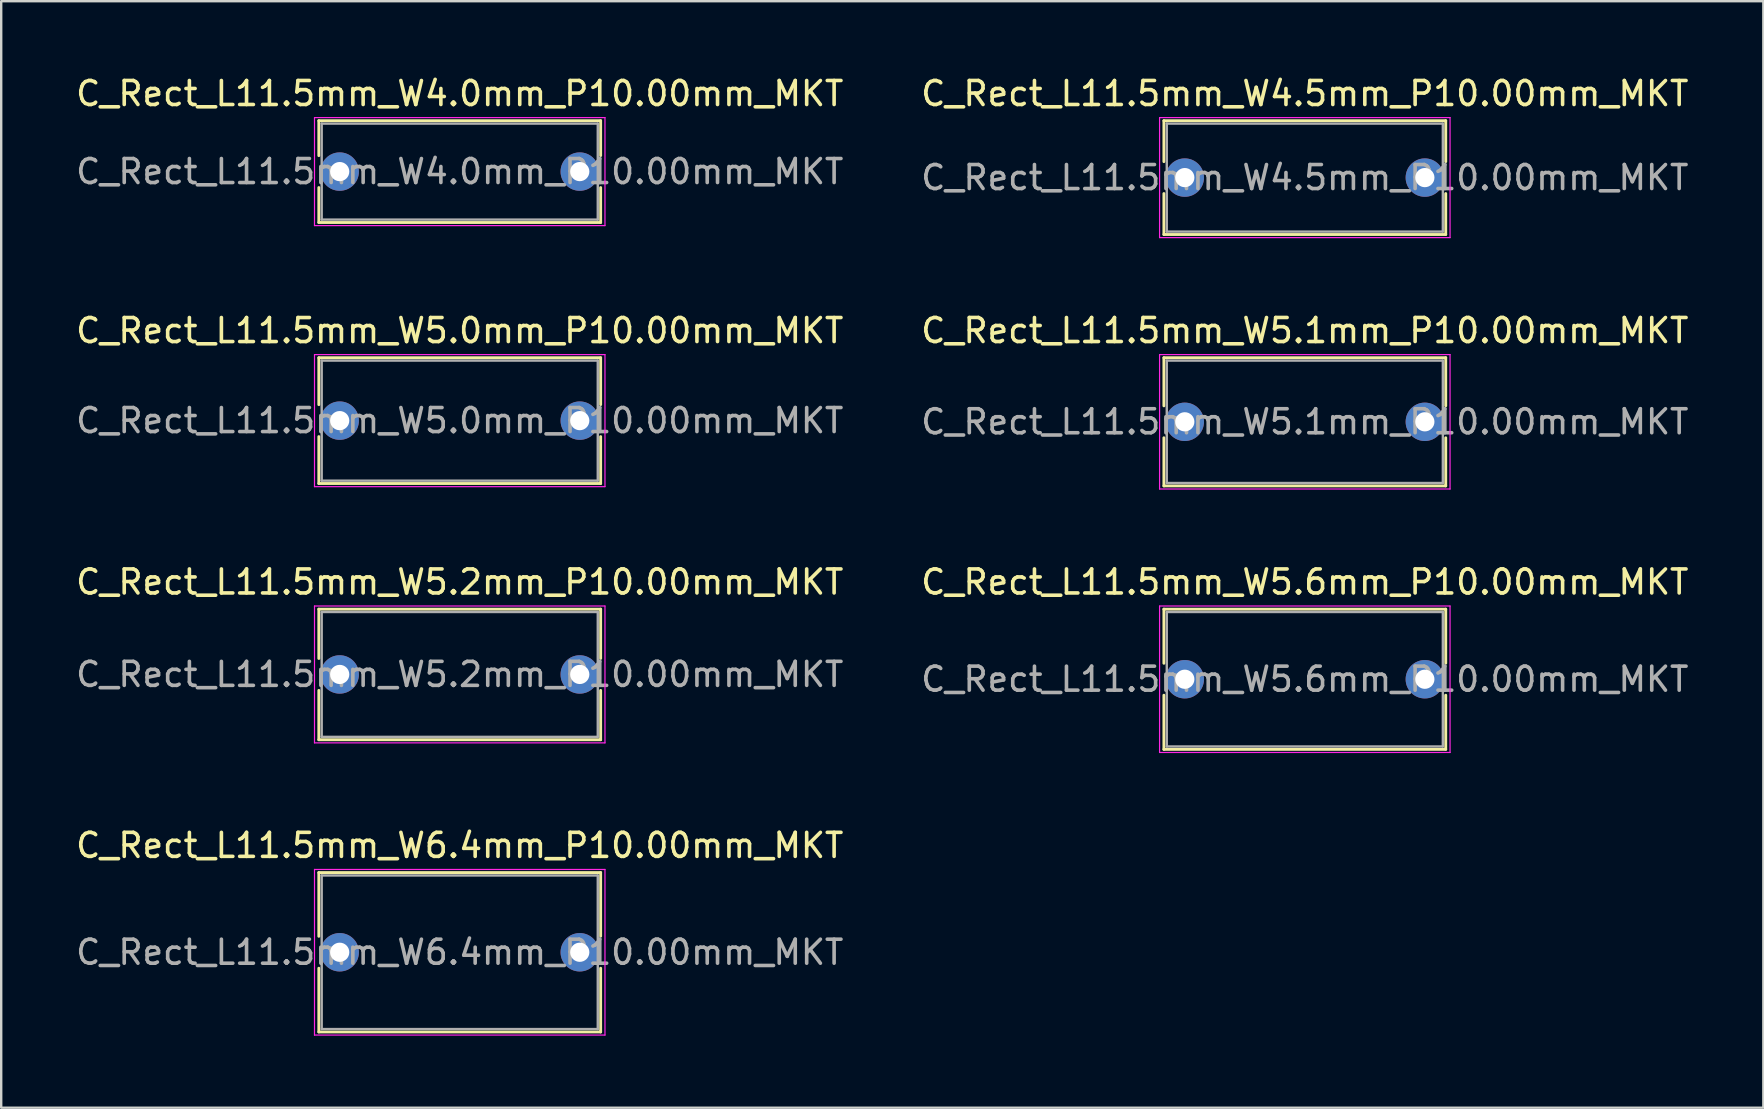
<source format=kicad_pcb>
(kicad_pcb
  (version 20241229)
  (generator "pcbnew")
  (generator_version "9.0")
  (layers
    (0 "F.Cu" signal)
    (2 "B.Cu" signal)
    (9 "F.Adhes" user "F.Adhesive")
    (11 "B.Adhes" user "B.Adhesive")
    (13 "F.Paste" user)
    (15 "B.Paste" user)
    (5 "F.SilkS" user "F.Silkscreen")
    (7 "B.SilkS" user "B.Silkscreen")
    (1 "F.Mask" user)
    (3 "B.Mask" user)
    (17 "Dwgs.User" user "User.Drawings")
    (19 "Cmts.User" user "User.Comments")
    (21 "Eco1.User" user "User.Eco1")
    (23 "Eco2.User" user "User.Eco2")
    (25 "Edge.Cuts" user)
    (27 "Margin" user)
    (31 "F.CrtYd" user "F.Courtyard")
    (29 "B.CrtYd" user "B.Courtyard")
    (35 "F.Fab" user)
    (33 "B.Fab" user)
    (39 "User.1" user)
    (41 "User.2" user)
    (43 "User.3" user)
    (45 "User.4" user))
  (footprint "C_Rect_L11.5mm_W5.1mm_P10.00mm_MKT"
    (layer "F.Cu")
    (at 46.304 14.521)
    (property "Reference" "C_Rect_L11.5mm_W5.1mm_P10.00mm_MKT" (at 5 -3.8 0) (layer "F.SilkS") (effects (font (size 1 1) (thickness 0.15))))
    (attr through_hole)
    (fp_line (start -0.87 -2.67) (end -0.87 -0.665) (stroke (width 0.12) (type solid)) (layer "F.SilkS"))
    (fp_line (start -0.87 -2.67) (end 10.87 -2.67) (stroke (width 0.12) (type solid)) (layer "F.SilkS"))
    (fp_line (start -0.87 0.665) (end -0.87 2.67) (stroke (width 0.12) (type solid)) (layer "F.SilkS"))
    (fp_line (start -0.87 2.67) (end 10.87 2.67) (stroke (width 0.12) (type solid)) (layer "F.SilkS"))
    (fp_line (start 10.87 -2.67) (end 10.87 -0.665) (stroke (width 0.12) (type solid)) (layer "F.SilkS"))
    (fp_line (start 10.87 0.665) (end 10.87 2.67) (stroke (width 0.12) (type solid)) (layer "F.SilkS"))
    (fp_line (start -1.05 -2.8) (end -1.05 2.8) (stroke (width 0.05) (type solid)) (layer "F.CrtYd"))
    (fp_line (start -1.05 2.8) (end 11.05 2.8) (stroke (width 0.05) (type solid)) (layer "F.CrtYd"))
    (fp_line (start 11.05 -2.8) (end -1.05 -2.8) (stroke (width 0.05) (type solid)) (layer "F.CrtYd"))
    (fp_line (start 11.05 2.8) (end 11.05 -2.8) (stroke (width 0.05) (type solid)) (layer "F.CrtYd"))
    (fp_line (start -0.75 -2.55) (end -0.75 2.55) (stroke (width 0.1) (type solid)) (layer "F.Fab"))
    (fp_line (start -0.75 2.55) (end 10.75 2.55) (stroke (width 0.1) (type solid)) (layer "F.Fab"))
    (fp_line (start 10.75 -2.55) (end -0.75 -2.55) (stroke (width 0.1) (type solid)) (layer "F.Fab"))
    (fp_line (start 10.75 2.55) (end 10.75 -2.55) (stroke (width 0.1) (type solid)) (layer "F.Fab"))
    (fp_text user "${REFERENCE}" (at 5 0 0) (layer "F.Fab") (effects (font (size 1 1) (thickness 0.15))))
    (pad "1" thru_hole circle (at 0 0) (size 1.6 1.6) (drill 0.8) (layers "*.Cu" "*.Mask"))
    (pad "2" thru_hole circle (at 10 0) (size 1.6 1.6) (drill 0.8) (layers "*.Cu" "*.Mask")))
  (footprint "C_Rect_L11.5mm_W6.4mm_P10.00mm_MKT"
    (layer "F.Cu")
    (at 11.101 36.618)
    (property "Reference" "C_Rect_L11.5mm_W6.4mm_P10.00mm_MKT" (at 5 -4.45 0) (layer "F.SilkS") (effects (font (size 1 1) (thickness 0.15))))
    (attr through_hole)
    (fp_line (start -0.87 -3.32) (end -0.87 -0.665) (stroke (width 0.12) (type solid)) (layer "F.SilkS"))
    (fp_line (start -0.87 -3.32) (end 10.87 -3.32) (stroke (width 0.12) (type solid)) (layer "F.SilkS"))
    (fp_line (start -0.87 0.665) (end -0.87 3.32) (stroke (width 0.12) (type solid)) (layer "F.SilkS"))
    (fp_line (start -0.87 3.32) (end 10.87 3.32) (stroke (width 0.12) (type solid)) (layer "F.SilkS"))
    (fp_line (start 10.87 -3.32) (end 10.87 -0.665) (stroke (width 0.12) (type solid)) (layer "F.SilkS"))
    (fp_line (start 10.87 0.665) (end 10.87 3.32) (stroke (width 0.12) (type solid)) (layer "F.SilkS"))
    (fp_line (start -1.05 -3.45) (end -1.05 3.45) (stroke (width 0.05) (type solid)) (layer "F.CrtYd"))
    (fp_line (start -1.05 3.45) (end 11.05 3.45) (stroke (width 0.05) (type solid)) (layer "F.CrtYd"))
    (fp_line (start 11.05 -3.45) (end -1.05 -3.45) (stroke (width 0.05) (type solid)) (layer "F.CrtYd"))
    (fp_line (start 11.05 3.45) (end 11.05 -3.45) (stroke (width 0.05) (type solid)) (layer "F.CrtYd"))
    (fp_line (start -0.75 -3.2) (end -0.75 3.2) (stroke (width 0.1) (type solid)) (layer "F.Fab"))
    (fp_line (start -0.75 3.2) (end 10.75 3.2) (stroke (width 0.1) (type solid)) (layer "F.Fab"))
    (fp_line (start 10.75 -3.2) (end -0.75 -3.2) (stroke (width 0.1) (type solid)) (layer "F.Fab"))
    (fp_line (start 10.75 3.2) (end 10.75 -3.2) (stroke (width 0.1) (type solid)) (layer "F.Fab"))
    (fp_text user "${REFERENCE}" (at 5 0 0) (layer "F.Fab") (effects (font (size 1 1) (thickness 0.15))))
    (pad "1" thru_hole circle (at 0 0) (size 1.6 1.6) (drill 0.8) (layers "*.Cu" "*.Mask"))
    (pad "2" thru_hole circle (at 10 0) (size 1.6 1.6) (drill 0.8) (layers "*.Cu" "*.Mask")))
  (footprint "C_Rect_L11.5mm_W5.6mm_P10.00mm_MKT"
    (layer "F.Cu")
    (at 46.304 25.245)
    (property "Reference" "C_Rect_L11.5mm_W5.6mm_P10.00mm_MKT" (at 5 -4.05 0) (layer "F.SilkS") (effects (font (size 1 1) (thickness 0.15))))
    (attr through_hole)
    (fp_line (start -0.87 -2.92) (end -0.87 -0.665) (stroke (width 0.12) (type solid)) (layer "F.SilkS"))
    (fp_line (start -0.87 -2.92) (end 10.87 -2.92) (stroke (width 0.12) (type solid)) (layer "F.SilkS"))
    (fp_line (start -0.87 0.665) (end -0.87 2.92) (stroke (width 0.12) (type solid)) (layer "F.SilkS"))
    (fp_line (start -0.87 2.92) (end 10.87 2.92) (stroke (width 0.12) (type solid)) (layer "F.SilkS"))
    (fp_line (start 10.87 -2.92) (end 10.87 -0.665) (stroke (width 0.12) (type solid)) (layer "F.SilkS"))
    (fp_line (start 10.87 0.665) (end 10.87 2.92) (stroke (width 0.12) (type solid)) (layer "F.SilkS"))
    (fp_line (start -1.05 -3.05) (end -1.05 3.05) (stroke (width 0.05) (type solid)) (layer "F.CrtYd"))
    (fp_line (start -1.05 3.05) (end 11.05 3.05) (stroke (width 0.05) (type solid)) (layer "F.CrtYd"))
    (fp_line (start 11.05 -3.05) (end -1.05 -3.05) (stroke (width 0.05) (type solid)) (layer "F.CrtYd"))
    (fp_line (start 11.05 3.05) (end 11.05 -3.05) (stroke (width 0.05) (type solid)) (layer "F.CrtYd"))
    (fp_line (start -0.75 -2.8) (end -0.75 2.8) (stroke (width 0.1) (type solid)) (layer "F.Fab"))
    (fp_line (start -0.75 2.8) (end 10.75 2.8) (stroke (width 0.1) (type solid)) (layer "F.Fab"))
    (fp_line (start 10.75 -2.8) (end -0.75 -2.8) (stroke (width 0.1) (type solid)) (layer "F.Fab"))
    (fp_line (start 10.75 2.8) (end 10.75 -2.8) (stroke (width 0.1) (type solid)) (layer "F.Fab"))
    (fp_text user "${REFERENCE}" (at 5 0 0) (layer "F.Fab") (effects (font (size 1 1) (thickness 0.15))))
    (pad "1" thru_hole circle (at 0 0) (size 1.6 1.6) (drill 0.8) (layers "*.Cu" "*.Mask"))
    (pad "2" thru_hole circle (at 10 0) (size 1.6 1.6) (drill 0.8) (layers "*.Cu" "*.Mask")))
  (footprint "C_Rect_L11.5mm_W4.0mm_P10.00mm_MKT"
    (layer "F.Cu")
    (at 11.101 4.098)
    (property "Reference" "C_Rect_L11.5mm_W4.0mm_P10.00mm_MKT" (at 5 -3.25 0) (layer "F.SilkS") (effects (font (size 1 1) (thickness 0.15))))
    (attr through_hole)
    (fp_line (start -0.87 -2.12) (end -0.87 -0.665) (stroke (width 0.12) (type solid)) (layer "F.SilkS"))
    (fp_line (start -0.87 -2.12) (end 10.87 -2.12) (stroke (width 0.12) (type solid)) (layer "F.SilkS"))
    (fp_line (start -0.87 0.665) (end -0.87 2.12) (stroke (width 0.12) (type solid)) (layer "F.SilkS"))
    (fp_line (start -0.87 2.12) (end 10.87 2.12) (stroke (width 0.12) (type solid)) (layer "F.SilkS"))
    (fp_line (start 10.87 -2.12) (end 10.87 -0.665) (stroke (width 0.12) (type solid)) (layer "F.SilkS"))
    (fp_line (start 10.87 0.665) (end 10.87 2.12) (stroke (width 0.12) (type solid)) (layer "F.SilkS"))
    (fp_line (start -1.05 -2.25) (end -1.05 2.25) (stroke (width 0.05) (type solid)) (layer "F.CrtYd"))
    (fp_line (start -1.05 2.25) (end 11.05 2.25) (stroke (width 0.05) (type solid)) (layer "F.CrtYd"))
    (fp_line (start 11.05 -2.25) (end -1.05 -2.25) (stroke (width 0.05) (type solid)) (layer "F.CrtYd"))
    (fp_line (start 11.05 2.25) (end 11.05 -2.25) (stroke (width 0.05) (type solid)) (layer "F.CrtYd"))
    (fp_line (start -0.75 -2) (end -0.75 2) (stroke (width 0.1) (type solid)) (layer "F.Fab"))
    (fp_line (start -0.75 2) (end 10.75 2) (stroke (width 0.1) (type solid)) (layer "F.Fab"))
    (fp_line (start 10.75 -2) (end -0.75 -2) (stroke (width 0.1) (type solid)) (layer "F.Fab"))
    (fp_line (start 10.75 2) (end 10.75 -2) (stroke (width 0.1) (type solid)) (layer "F.Fab"))
    (fp_text user "${REFERENCE}" (at 5 0 0) (layer "F.Fab") (effects (font (size 1 1) (thickness 0.15))))
    (pad "1" thru_hole circle (at 0 0) (size 1.6 1.6) (drill 0.8) (layers "*.Cu" "*.Mask"))
    (pad "2" thru_hole circle (at 10 0) (size 1.6 1.6) (drill 0.8) (layers "*.Cu" "*.Mask")))
  (footprint "C_Rect_L11.5mm_W4.5mm_P10.00mm_MKT"
    (layer "F.Cu")
    (at 46.304 4.348)
    (property "Reference" "C_Rect_L11.5mm_W4.5mm_P10.00mm_MKT" (at 5 -3.5 0) (layer "F.SilkS") (effects (font (size 1 1) (thickness 0.15))))
    (attr through_hole)
    (fp_line (start -0.87 -2.37) (end -0.87 -0.665) (stroke (width 0.12) (type solid)) (layer "F.SilkS"))
    (fp_line (start -0.87 -2.37) (end 10.87 -2.37) (stroke (width 0.12) (type solid)) (layer "F.SilkS"))
    (fp_line (start -0.87 0.665) (end -0.87 2.37) (stroke (width 0.12) (type solid)) (layer "F.SilkS"))
    (fp_line (start -0.87 2.37) (end 10.87 2.37) (stroke (width 0.12) (type solid)) (layer "F.SilkS"))
    (fp_line (start 10.87 -2.37) (end 10.87 -0.665) (stroke (width 0.12) (type solid)) (layer "F.SilkS"))
    (fp_line (start 10.87 0.665) (end 10.87 2.37) (stroke (width 0.12) (type solid)) (layer "F.SilkS"))
    (fp_line (start -1.05 -2.5) (end -1.05 2.5) (stroke (width 0.05) (type solid)) (layer "F.CrtYd"))
    (fp_line (start -1.05 2.5) (end 11.05 2.5) (stroke (width 0.05) (type solid)) (layer "F.CrtYd"))
    (fp_line (start 11.05 -2.5) (end -1.05 -2.5) (stroke (width 0.05) (type solid)) (layer "F.CrtYd"))
    (fp_line (start 11.05 2.5) (end 11.05 -2.5) (stroke (width 0.05) (type solid)) (layer "F.CrtYd"))
    (fp_line (start -0.75 -2.25) (end -0.75 2.25) (stroke (width 0.1) (type solid)) (layer "F.Fab"))
    (fp_line (start -0.75 2.25) (end 10.75 2.25) (stroke (width 0.1) (type solid)) (layer "F.Fab"))
    (fp_line (start 10.75 -2.25) (end -0.75 -2.25) (stroke (width 0.1) (type solid)) (layer "F.Fab"))
    (fp_line (start 10.75 2.25) (end 10.75 -2.25) (stroke (width 0.1) (type solid)) (layer "F.Fab"))
    (fp_text user "${REFERENCE}" (at 5 0 0) (layer "F.Fab") (effects (font (size 1 1) (thickness 0.15))))
    (pad "1" thru_hole circle (at 0 0) (size 1.6 1.6) (drill 0.8) (layers "*.Cu" "*.Mask"))
    (pad "2" thru_hole circle (at 10 0) (size 1.6 1.6) (drill 0.8) (layers "*.Cu" "*.Mask")))
  (footprint "C_Rect_L11.5mm_W5.2mm_P10.00mm_MKT"
    (layer "F.Cu")
    (at 11.101 25.045)
    (property "Reference" "C_Rect_L11.5mm_W5.2mm_P10.00mm_MKT" (at 5 -3.85 0) (layer "F.SilkS") (effects (font (size 1 1) (thickness 0.15))))
    (attr through_hole)
    (fp_line (start -0.87 -2.72) (end -0.87 -0.665) (stroke (width 0.12) (type solid)) (layer "F.SilkS"))
    (fp_line (start -0.87 -2.72) (end 10.87 -2.72) (stroke (width 0.12) (type solid)) (layer "F.SilkS"))
    (fp_line (start -0.87 0.665) (end -0.87 2.72) (stroke (width 0.12) (type solid)) (layer "F.SilkS"))
    (fp_line (start -0.87 2.72) (end 10.87 2.72) (stroke (width 0.12) (type solid)) (layer "F.SilkS"))
    (fp_line (start 10.87 -2.72) (end 10.87 -0.665) (stroke (width 0.12) (type solid)) (layer "F.SilkS"))
    (fp_line (start 10.87 0.665) (end 10.87 2.72) (stroke (width 0.12) (type solid)) (layer "F.SilkS"))
    (fp_line (start -1.05 -2.85) (end -1.05 2.85) (stroke (width 0.05) (type solid)) (layer "F.CrtYd"))
    (fp_line (start -1.05 2.85) (end 11.05 2.85) (stroke (width 0.05) (type solid)) (layer "F.CrtYd"))
    (fp_line (start 11.05 -2.85) (end -1.05 -2.85) (stroke (width 0.05) (type solid)) (layer "F.CrtYd"))
    (fp_line (start 11.05 2.85) (end 11.05 -2.85) (stroke (width 0.05) (type solid)) (layer "F.CrtYd"))
    (fp_line (start -0.75 -2.6) (end -0.75 2.6) (stroke (width 0.1) (type solid)) (layer "F.Fab"))
    (fp_line (start -0.75 2.6) (end 10.75 2.6) (stroke (width 0.1) (type solid)) (layer "F.Fab"))
    (fp_line (start 10.75 -2.6) (end -0.75 -2.6) (stroke (width 0.1) (type solid)) (layer "F.Fab"))
    (fp_line (start 10.75 2.6) (end 10.75 -2.6) (stroke (width 0.1) (type solid)) (layer "F.Fab"))
    (fp_text user "${REFERENCE}" (at 5 0 0) (layer "F.Fab") (effects (font (size 1 1) (thickness 0.15))))
    (pad "1" thru_hole circle (at 0 0) (size 1.6 1.6) (drill 0.8) (layers "*.Cu" "*.Mask"))
    (pad "2" thru_hole circle (at 10 0) (size 1.6 1.6) (drill 0.8) (layers "*.Cu" "*.Mask")))
  (footprint "C_Rect_L11.5mm_W5.0mm_P10.00mm_MKT"
    (layer "F.Cu")
    (at 11.101 14.472)
    (property "Reference" "C_Rect_L11.5mm_W5.0mm_P10.00mm_MKT" (at 5 -3.75 0) (layer "F.SilkS") (effects (font (size 1 1) (thickness 0.15))))
    (attr through_hole)
    (fp_line (start -0.87 -2.62) (end -0.87 -0.665) (stroke (width 0.12) (type solid)) (layer "F.SilkS"))
    (fp_line (start -0.87 -2.62) (end 10.87 -2.62) (stroke (width 0.12) (type solid)) (layer "F.SilkS"))
    (fp_line (start -0.87 0.665) (end -0.87 2.62) (stroke (width 0.12) (type solid)) (layer "F.SilkS"))
    (fp_line (start -0.87 2.62) (end 10.87 2.62) (stroke (width 0.12) (type solid)) (layer "F.SilkS"))
    (fp_line (start 10.87 -2.62) (end 10.87 -0.665) (stroke (width 0.12) (type solid)) (layer "F.SilkS"))
    (fp_line (start 10.87 0.665) (end 10.87 2.62) (stroke (width 0.12) (type solid)) (layer "F.SilkS"))
    (fp_line (start -1.05 -2.75) (end -1.05 2.75) (stroke (width 0.05) (type solid)) (layer "F.CrtYd"))
    (fp_line (start -1.05 2.75) (end 11.05 2.75) (stroke (width 0.05) (type solid)) (layer "F.CrtYd"))
    (fp_line (start 11.05 -2.75) (end -1.05 -2.75) (stroke (width 0.05) (type solid)) (layer "F.CrtYd"))
    (fp_line (start 11.05 2.75) (end 11.05 -2.75) (stroke (width 0.05) (type solid)) (layer "F.CrtYd"))
    (fp_line (start -0.75 -2.5) (end -0.75 2.5) (stroke (width 0.1) (type solid)) (layer "F.Fab"))
    (fp_line (start -0.75 2.5) (end 10.75 2.5) (stroke (width 0.1) (type solid)) (layer "F.Fab"))
    (fp_line (start 10.75 -2.5) (end -0.75 -2.5) (stroke (width 0.1) (type solid)) (layer "F.Fab"))
    (fp_line (start 10.75 2.5) (end 10.75 -2.5) (stroke (width 0.1) (type solid)) (layer "F.Fab"))
    (fp_text user "${REFERENCE}" (at 5 0 0) (layer "F.Fab") (effects (font (size 1 1) (thickness 0.15))))
    (pad "1" thru_hole circle (at 0 0) (size 1.6 1.6) (drill 0.8) (layers "*.Cu" "*.Mask"))
    (pad "2" thru_hole circle (at 10 0) (size 1.6 1.6) (drill 0.8) (layers "*.Cu" "*.Mask")))
  (gr_rect
    (start -3 -3)
    (end 70.405 43.093)
    (stroke (width 0.1) (type default))
    (fill no)
    (layer "Edge.Cuts")))
</source>
